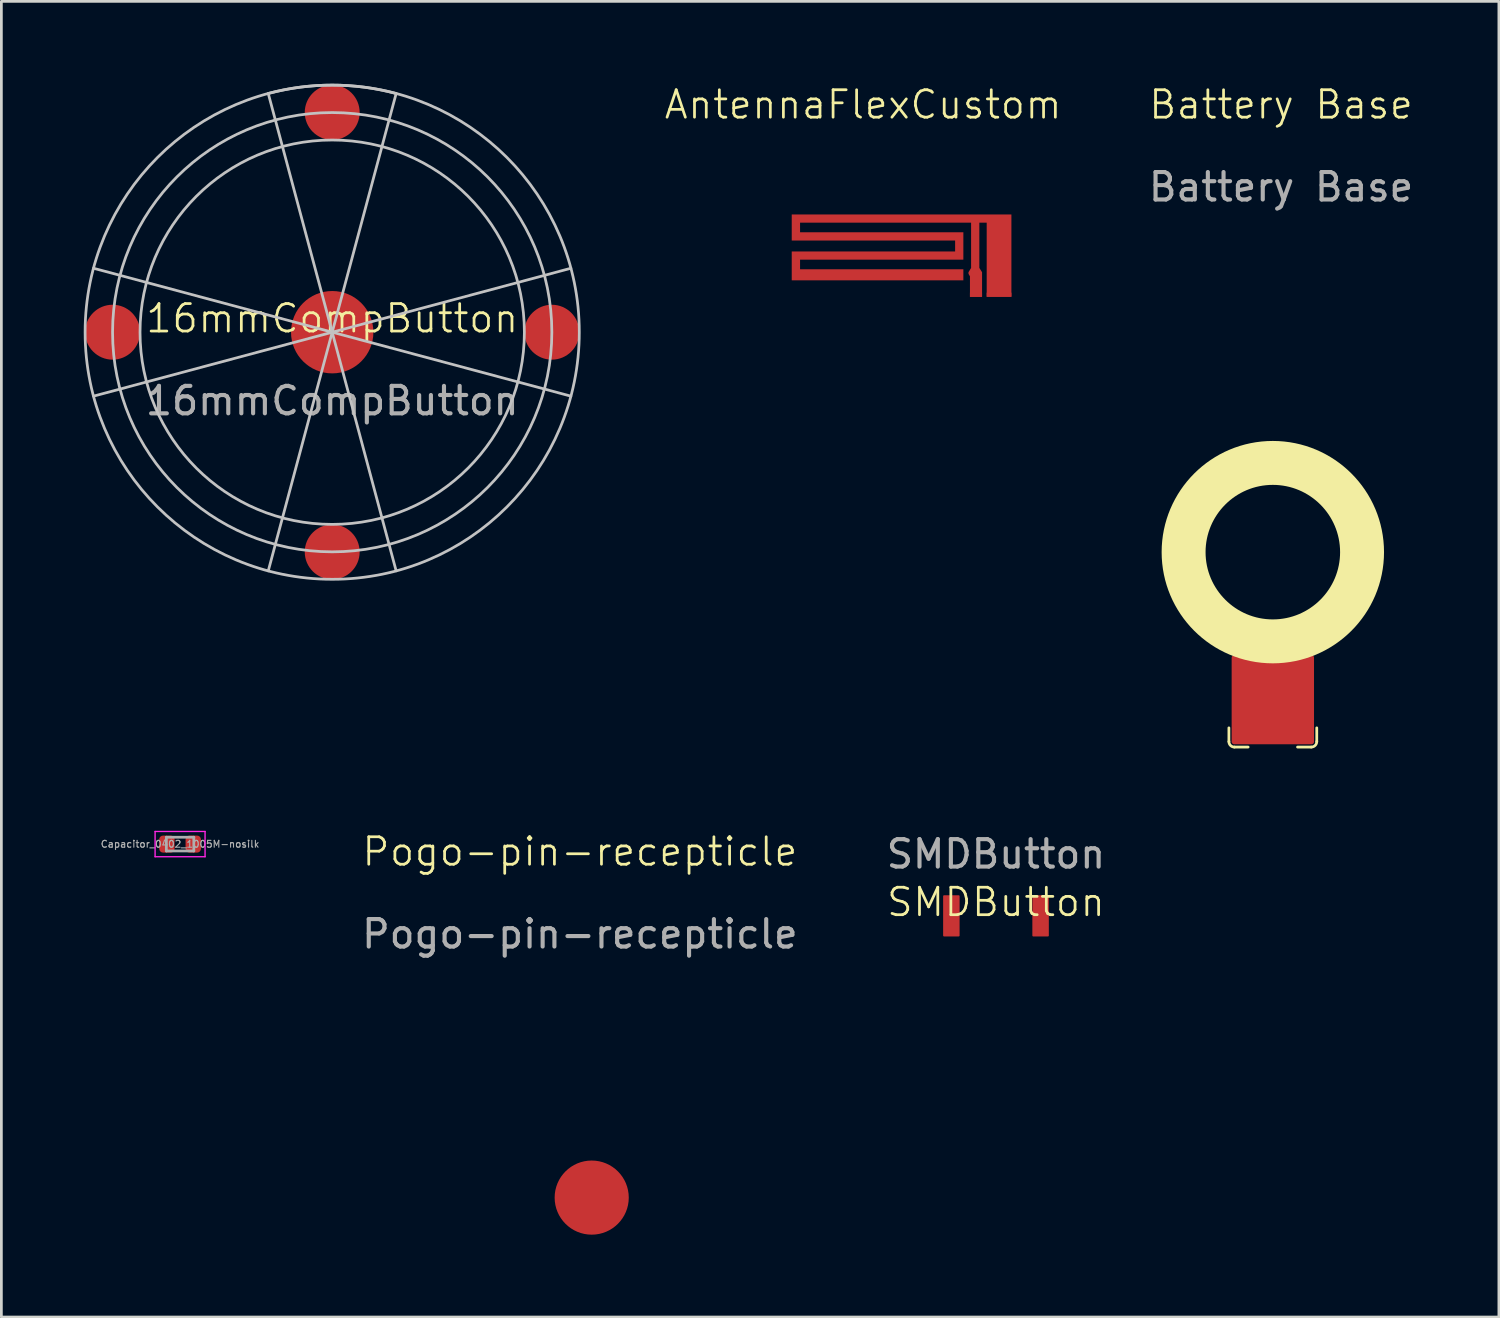
<source format=kicad_pcb>
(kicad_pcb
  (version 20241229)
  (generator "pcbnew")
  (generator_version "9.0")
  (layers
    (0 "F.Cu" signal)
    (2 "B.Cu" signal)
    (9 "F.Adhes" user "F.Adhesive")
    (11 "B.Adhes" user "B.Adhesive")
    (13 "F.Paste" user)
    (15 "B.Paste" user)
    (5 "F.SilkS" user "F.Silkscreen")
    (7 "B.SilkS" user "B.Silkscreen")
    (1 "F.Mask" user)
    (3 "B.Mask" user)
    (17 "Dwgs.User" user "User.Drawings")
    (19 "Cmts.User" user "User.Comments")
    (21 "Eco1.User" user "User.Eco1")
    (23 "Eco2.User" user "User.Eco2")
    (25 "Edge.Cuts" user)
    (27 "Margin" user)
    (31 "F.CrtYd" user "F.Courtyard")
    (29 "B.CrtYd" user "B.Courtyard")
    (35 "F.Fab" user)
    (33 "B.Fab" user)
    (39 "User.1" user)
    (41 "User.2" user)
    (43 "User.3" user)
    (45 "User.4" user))
  (footprint "Battery Base"
    (layer "F.Cu")
    (at 43.311 17.061)
    (property "Reference" "Battery Base" (at 0.3 -16.3 0) (unlocked yes) (layer "F.SilkS") (effects (font (size 1 1) (thickness 0.1))))
    (attr smd)
    (fp_line (start -1.6 6.9) (end -1.6 6.4) (stroke (width 0.1) (type default)) (layer "F.SilkS"))
    (fp_line (start -1.4 7.1) (end -0.9 7.1) (stroke (width 0.1) (type default)) (layer "F.SilkS"))
    (fp_line (start 1.4 7.1) (end 0.9 7.1) (stroke (width 0.1) (type default)) (layer "F.SilkS"))
    (fp_line (start 1.6 6.9) (end 1.6 6.4) (stroke (width 0.1) (type default)) (layer "F.SilkS"))
    (fp_arc (start -1.4 7.1) (mid -1.541421 7.041421) (end -1.6 6.9) (stroke (width 0.1) (type default)) (layer "F.SilkS"))
    (fp_arc (start 1.6 6.9) (mid 1.541421 7.041421) (end 1.4 7.1) (stroke (width 0.1) (type default)) (layer "F.SilkS"))
    (fp_circle (center 0 0) (end 3.25 0) (stroke (width 1.6) (type default)) (fill no) (layer "F.SilkS"))
    (fp_text user "${REFERENCE}" (at 0.3 -13.3 0) (unlocked yes) (layer "F.Fab") (effects (font (size 1 1) (thickness 0.15))))
    (pad "1" smd roundrect (at 0 5.374 90) (size 3.249 3) (layers "F.Cu" "F.Mask" "F.Paste") (roundrect_rratio 0.031)))
  (footprint "AntennaFlexCustom"
    (layer "F.Cu")
    (at 29.889 7.761)
    (property "Reference" "AntennaFlexCustom" (at -1.5 -7 0) (unlocked yes) (layer "F.SilkS") (effects (font (size 1 1) (thickness 0.1))))
    (attr smd)
    (fp_poly (pts (xy 2.39 0.002) (xy 2.831 0.002) (xy 2.831 -0.897) (xy 2.732 -1.053) (xy 2.732 -2.7) (xy 3 -2.7) (xy 3 -0.001) (xy 3.9 -0.001) (xy 3.9 -3) (xy -4.101 -3) (xy -4.101 -2.051) (xy 1.85 -2.051) (xy 1.85 -1.652) (xy -4.101 -1.652) (xy -4.101 -0.601) (xy 2.15 -0.601) (xy 2.15 -1.003) (xy -3.798 -1.003) (xy -3.798 -1.353) (xy 2.15 -1.353) (xy 2.15 -2.351) (xy -3.798 -2.351) (xy -3.798 -2.7) (xy 2.432 -2.7) (xy 2.432 -1.053) (xy 2.337 -0.897) (xy 2.337 -0.837) (xy 2.39 -0.746)) (stroke (width 0) (type solid)) (fill yes) (layer "F.Cu"))
    (pad "1" smd rect (at 2.61 -0.074) (size 0.441 0.152) (layers "F.Cu" "F.Mask" "F.Paste"))
    (pad "2" smd rect (at 3.45 -0.076) (size 0.9 0.149) (layers "F.Cu" "F.Mask" "F.Paste")))
  (footprint "Pogo-pin-recepticle"
    (layer "F.Cu")
    (at 18.502 40.571)
    (property "Reference" "Pogo-pin-recepticle" (at -0.43 -12.6 0) (unlocked yes) (layer "F.SilkS") (effects (font (size 1 1) (thickness 0.1))))
    (attr smd)
    (fp_text user "${REFERENCE}" (at -0.43 -9.6 0) (unlocked yes) (layer "F.Fab") (effects (font (size 1 1) (thickness 0.15))))
    (pad "1" smd circle (at 0 0 180) (size 2.7 2.7) (layers "F.Cu" "F.Mask" "F.Paste")))
  (footprint "16mmCompButton"
    (layer "F.Cu")
    (at 9.05 9.05)
    (property "Reference" "16mmCompButton" (at 0 -0.5 0) (unlocked yes) (layer "F.SilkS") (effects (font (size 1 1) (thickness 0.1))))
    (attr smd)
    (fp_arc (start -7.75 2) (mid -8.003905 0) (end -7.75 -2) (stroke (width 2) (type default)) (layer "F.Paste"))
    (fp_arc (start -2 -7.75) (mid 0 -8.003905) (end 2 -7.75) (stroke (width 2) (type default)) (layer "F.Paste"))
    (fp_arc (start 2 7.75) (mid 0 8.003905) (end -2 7.75) (stroke (width 2) (type default)) (layer "F.Paste"))
    (fp_arc (start 7.75 -2) (mid 8.003905 0) (end 7.75 2) (stroke (width 2) (type default)) (layer "F.Paste"))
    (fp_line (start 0 0) (end -8.693 -2.329) (stroke (width 0.1) (type default)) (layer "Dwgs.User"))
    (fp_line (start 0 0) (end -8.693 2.329) (stroke (width 0.1) (type default)) (layer "Dwgs.User"))
    (fp_line (start 0 0) (end -2.329 -8.693) (stroke (width 0.1) (type default)) (layer "Dwgs.User"))
    (fp_line (start 0 0) (end -2.329 8.693) (stroke (width 0.1) (type default)) (layer "Dwgs.User"))
    (fp_line (start 0 0) (end 2.329 -8.693) (stroke (width 0.1) (type default)) (layer "Dwgs.User"))
    (fp_line (start 0 0) (end 2.329 8.693) (stroke (width 0.1) (type default)) (layer "Dwgs.User"))
    (fp_line (start 0 0) (end 8.693 -2.329) (stroke (width 0.1) (type default)) (layer "Dwgs.User"))
    (fp_line (start 0 0) (end 8.693 2.329) (stroke (width 0.1) (type default)) (layer "Dwgs.User"))
    (fp_arc (start -2.329371 -8.693332) (mid 0 -8.999999) (end 2.329371 -8.693332) (stroke (width 0.1) (type default)) (layer "Dwgs.User"))
    (fp_circle (center 0 0) (end 0 8) (stroke (width 0.1) (type default)) (fill no) (layer "Dwgs.User"))
    (fp_circle (center 0 0) (end 7 0) (stroke (width 0.1) (type default)) (fill no) (layer "Dwgs.User"))
    (fp_circle (center 0 0) (end 9 0) (stroke (width 0.1) (type default)) (fill no) (layer "Dwgs.User"))
    (fp_text user "${REFERENCE}" (at 0 2.5 0) (unlocked yes) (layer "F.Fab") (effects (font (size 1 1) (thickness 0.15))))
    (pad "1" smd circle (at 0 0) (size 3 3) (layers "F.Cu" "F.Mask" "F.Paste"))
    (pad "2" smd circle (at -8 0) (size 2 2) (layers "F.Cu" "F.Mask" "F.Paste"))
    (pad "2" smd circle (at 0 -8.004) (size 2 2) (layers "F.Cu" "F.Mask" "F.Paste"))
    (pad "2" smd circle (at 0 8.004) (size 2 2) (layers "F.Cu" "F.Mask" "F.Paste"))
    (pad "2" smd circle (at 8 0) (size 2 2) (layers "F.Cu" "F.Mask" "F.Paste")))
  (footprint "SMDButton"
    (layer "F.Cu")
    (at 33.227 30.309)
    (property "Reference" "SMDButton" (at 0 -0.5 0) (unlocked yes) (layer "F.SilkS") (effects (font (size 1 1) (thickness 0.1))))
    (attr smd)
    (fp_text user "${REFERENCE}" (at 0 -2.25 0) (unlocked yes) (layer "F.Fab") (effects (font (size 1 1) (thickness 0.15))))
    (pad "2" smd roundrect (at -1.625 0 90) (size 1.5 0.6) (layers "F.Cu" "F.Mask" "F.Paste") (roundrect_rratio 0.055))
    (pad "3" smd roundrect (at 1.625 0 90) (size 1.5 0.6) (layers "F.Cu" "F.Mask" "F.Paste") (roundrect_rratio 0.055)))
  (footprint "Capacitor_0402_1005M-nosilk"
    (layer "F.Cu")
    (at 3.509 27.695)
    (property "Reference" "Capacitor_0402_1005M-nosilk" (at 0 0 180) (layer "Eco2.User") (effects (font (size 0.3 0.3) (thickness 0.05))))
    (attr smd)
    (fp_line (start -0.91 -0.46) (end 0.91 -0.46) (stroke (width 0.05) (type solid)) (layer "F.CrtYd"))
    (fp_line (start -0.91 0.46) (end -0.91 -0.46) (stroke (width 0.05) (type solid)) (layer "F.CrtYd"))
    (fp_line (start 0.91 -0.46) (end 0.91 0.46) (stroke (width 0.05) (type solid)) (layer "F.CrtYd"))
    (fp_line (start 0.91 0.46) (end -0.91 0.46) (stroke (width 0.05) (type solid)) (layer "F.CrtYd"))
    (fp_line (start -0.5 -0.25) (end 0.5 -0.25) (stroke (width 0.1) (type solid)) (layer "F.Fab"))
    (fp_line (start -0.5 0.25) (end -0.5 -0.25) (stroke (width 0.1) (type solid)) (layer "F.Fab"))
    (fp_line (start 0.5 -0.25) (end 0.5 0.25) (stroke (width 0.1) (type solid)) (layer "F.Fab"))
    (fp_line (start 0.5 0.25) (end -0.5 0.25) (stroke (width 0.1) (type solid)) (layer "F.Fab"))
    (fp_text user "${REFERENCE}" (at 0 0 180) (layer "F.Fab") (effects (font (size 0.25 0.25) (thickness 0.04))))
    (pad "1" smd roundrect (at -0.48 0) (size 0.56 0.62) (layers "F.Cu" "F.Mask" "F.Paste") (roundrect_rratio 0.25))
    (pad "2" smd roundrect (at 0.48 0) (size 0.56 0.62) (layers "F.Cu" "F.Mask" "F.Paste") (roundrect_rratio 0.25)))
  (gr_rect
    (start -3 -3)
    (end 51.545 44.921)
    (stroke (width 0.1) (type default))
    (fill no)
    (layer "Edge.Cuts")))
</source>
